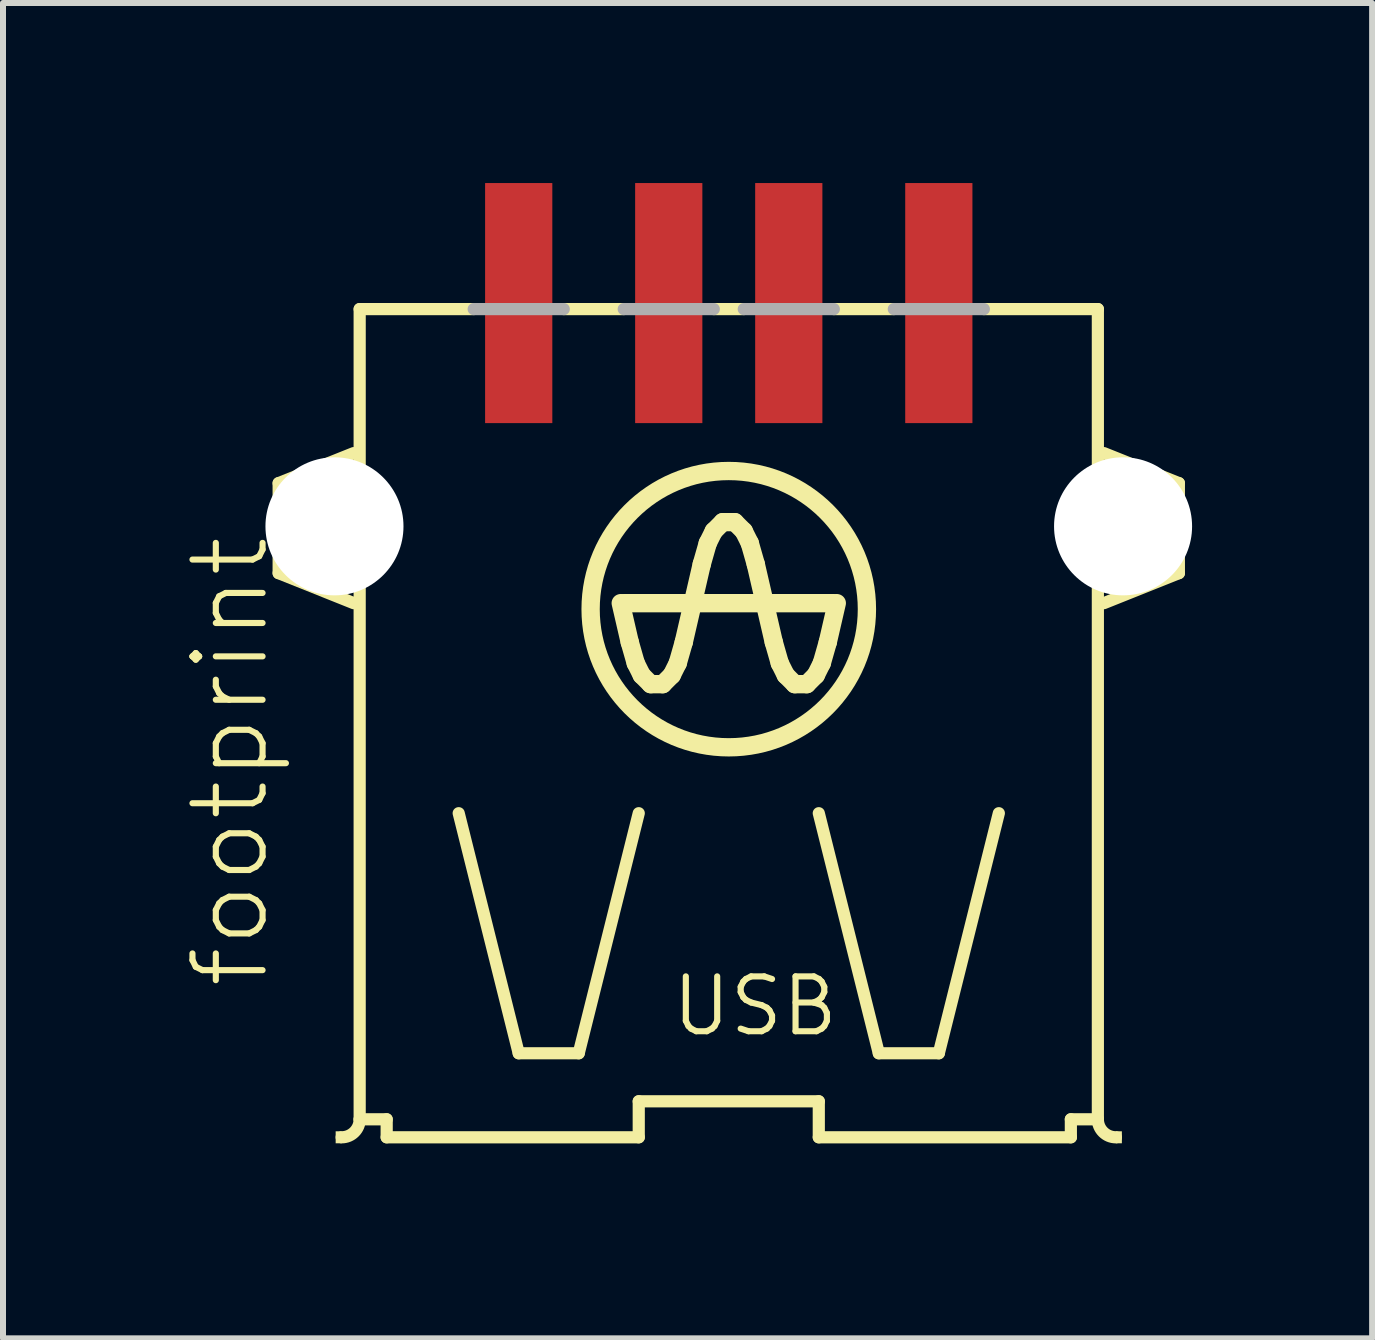
<source format=kicad_pcb>
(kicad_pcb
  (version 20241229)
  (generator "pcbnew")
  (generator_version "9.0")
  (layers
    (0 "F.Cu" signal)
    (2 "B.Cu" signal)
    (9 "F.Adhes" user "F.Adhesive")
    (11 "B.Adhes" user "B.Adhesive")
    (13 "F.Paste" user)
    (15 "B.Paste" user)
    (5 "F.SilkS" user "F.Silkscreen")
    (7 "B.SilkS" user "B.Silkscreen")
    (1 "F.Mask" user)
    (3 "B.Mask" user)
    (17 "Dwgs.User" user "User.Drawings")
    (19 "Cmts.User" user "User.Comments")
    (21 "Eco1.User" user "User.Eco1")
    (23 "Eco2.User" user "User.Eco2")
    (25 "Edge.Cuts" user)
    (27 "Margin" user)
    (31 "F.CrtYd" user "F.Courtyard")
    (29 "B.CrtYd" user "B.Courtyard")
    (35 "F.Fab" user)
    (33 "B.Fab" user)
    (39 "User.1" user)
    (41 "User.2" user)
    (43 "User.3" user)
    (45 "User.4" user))
  (footprint "footprint"
    (layer "F.Cu")
    (at 9.093 16)
    (property "Reference" "footprint" (at -7.62 -2.54 90) (layer "F.SilkS") (effects (font (size 1.168 1.168) (thickness 0.102)) (justify left bottom)))
    (fp_line (start -7.5 -11) (end -7.5 -9.5) (stroke (width 0.203) (type solid)) (layer "F.SilkS"))
    (fp_line (start -7.5 -9.5) (end -6.25 -9) (stroke (width 0.203) (type solid)) (layer "F.SilkS"))
    (fp_line (start -6.25 -11.5) (end -7.5 -11) (stroke (width 0.203) (type solid)) (layer "F.SilkS"))
    (fp_line (start -6.15 -13.9) (end -4.25 -13.9) (stroke (width 0.203) (type solid)) (layer "F.SilkS"))
    (fp_line (start -6.15 -0.4) (end -6.15 -13.9) (stroke (width 0.203) (type solid)) (layer "F.SilkS"))
    (fp_line (start -6.15 -0.4) (end -5.7 -0.4) (stroke (width 0.203) (type solid)) (layer "F.SilkS"))
    (fp_line (start -5.7 -0.1) (end -5.7 -0.4) (stroke (width 0.203) (type solid)) (layer "F.SilkS"))
    (fp_line (start -3.5 -1.5) (end -4.5 -5.5) (stroke (width 0.203) (type solid)) (layer "F.SilkS"))
    (fp_line (start -2.75 -13.9) (end -1.75 -13.9) (stroke (width 0.203) (type solid)) (layer "F.SilkS"))
    (fp_line (start -2.5 -1.5) (end -3.5 -1.5) (stroke (width 0.203) (type solid)) (layer "F.SilkS"))
    (fp_line (start -1.8 -9) (end -1.65 -8.35) (stroke (width 0.305) (type solid)) (layer "F.SilkS"))
    (fp_line (start -1.75 -9) (end 1.75 -9) (stroke (width 0.305) (type solid)) (layer "F.SilkS"))
    (fp_line (start -1.65 -8.35) (end -1.55 -8) (stroke (width 0.305) (type solid)) (layer "F.SilkS"))
    (fp_line (start -1.55 -8) (end -1.45 -7.8) (stroke (width 0.305) (type solid)) (layer "F.SilkS"))
    (fp_line (start -1.5 -5.5) (end -2.5 -1.5) (stroke (width 0.203) (type solid)) (layer "F.SilkS"))
    (fp_line (start -1.5 -0.7) (end -1.5 -0.1) (stroke (width 0.203) (type solid)) (layer "F.SilkS"))
    (fp_line (start -1.5 -0.1) (end -5.7 -0.1) (stroke (width 0.203) (type solid)) (layer "F.SilkS"))
    (fp_line (start -1.45 -7.8) (end -1.3 -7.65) (stroke (width 0.305) (type solid)) (layer "F.SilkS"))
    (fp_line (start -1.3 -7.65) (end -1.1 -7.65) (stroke (width 0.305) (type solid)) (layer "F.SilkS"))
    (fp_line (start -0.95 -7.8) (end -1.1 -7.65) (stroke (width 0.305) (type solid)) (layer "F.SilkS"))
    (fp_line (start -0.85 -8) (end -0.95 -7.8) (stroke (width 0.305) (type solid)) (layer "F.SilkS"))
    (fp_line (start -0.75 -8.35) (end -0.85 -8) (stroke (width 0.305) (type solid)) (layer "F.SilkS"))
    (fp_line (start -0.75 -8.35) (end -0.45 -9.65) (stroke (width 0.305) (type solid)) (layer "F.SilkS"))
    (fp_line (start -0.45 -9.65) (end -0.35 -10) (stroke (width 0.305) (type solid)) (layer "F.SilkS"))
    (fp_line (start -0.35 -10) (end -0.25 -10.2) (stroke (width 0.305) (type solid)) (layer "F.SilkS"))
    (fp_line (start -0.25 -13.9) (end 0.25 -13.9) (stroke (width 0.203) (type solid)) (layer "F.SilkS"))
    (fp_line (start -0.25 -10.2) (end -0.1 -10.35) (stroke (width 0.305) (type solid)) (layer "F.SilkS"))
    (fp_line (start 0.1 -10.35) (end -0.1 -10.35) (stroke (width 0.305) (type solid)) (layer "F.SilkS"))
    (fp_line (start 0.25 -10.2) (end 0.1 -10.35) (stroke (width 0.305) (type solid)) (layer "F.SilkS"))
    (fp_line (start 0.35 -10) (end 0.25 -10.2) (stroke (width 0.305) (type solid)) (layer "F.SilkS"))
    (fp_line (start 0.45 -9.65) (end 0.35 -10) (stroke (width 0.305) (type solid)) (layer "F.SilkS"))
    (fp_line (start 0.45 -9.65) (end 0.75 -8.35) (stroke (width 0.305) (type solid)) (layer "F.SilkS"))
    (fp_line (start 0.75 -8.35) (end 0.85 -8) (stroke (width 0.305) (type solid)) (layer "F.SilkS"))
    (fp_line (start 0.85 -8) (end 0.95 -7.8) (stroke (width 0.305) (type solid)) (layer "F.SilkS"))
    (fp_line (start 0.95 -7.8) (end 1.1 -7.65) (stroke (width 0.305) (type solid)) (layer "F.SilkS"))
    (fp_line (start 1.1 -7.65) (end 1.3 -7.65) (stroke (width 0.305) (type solid)) (layer "F.SilkS"))
    (fp_line (start 1.45 -7.8) (end 1.3 -7.65) (stroke (width 0.305) (type solid)) (layer "F.SilkS"))
    (fp_line (start 1.5 -0.7) (end -1.5 -0.7) (stroke (width 0.203) (type solid)) (layer "F.SilkS"))
    (fp_line (start 1.5 -0.1) (end 1.5 -0.7) (stroke (width 0.203) (type solid)) (layer "F.SilkS"))
    (fp_line (start 1.55 -8) (end 1.45 -7.8) (stroke (width 0.305) (type solid)) (layer "F.SilkS"))
    (fp_line (start 1.65 -8.35) (end 1.55 -8) (stroke (width 0.305) (type solid)) (layer "F.SilkS"))
    (fp_line (start 1.75 -13.9) (end 2.75 -13.9) (stroke (width 0.203) (type solid)) (layer "F.SilkS"))
    (fp_line (start 1.8 -9) (end 1.65 -8.35) (stroke (width 0.305) (type solid)) (layer "F.SilkS"))
    (fp_line (start 2.5 -1.5) (end 1.5 -5.5) (stroke (width 0.203) (type solid)) (layer "F.SilkS"))
    (fp_line (start 3.5 -1.5) (end 2.5 -1.5) (stroke (width 0.203) (type solid)) (layer "F.SilkS"))
    (fp_line (start 4.25 -13.9) (end 6.15 -13.9) (stroke (width 0.203) (type solid)) (layer "F.SilkS"))
    (fp_line (start 4.5 -5.5) (end 3.5 -1.5) (stroke (width 0.203) (type solid)) (layer "F.SilkS"))
    (fp_line (start 5.7 -0.4) (end 5.7 -0.1) (stroke (width 0.203) (type solid)) (layer "F.SilkS"))
    (fp_line (start 5.7 -0.1) (end 1.5 -0.1) (stroke (width 0.203) (type solid)) (layer "F.SilkS"))
    (fp_line (start 6.15 -13.9) (end 6.15 -0.4) (stroke (width 0.203) (type solid)) (layer "F.SilkS"))
    (fp_line (start 6.15 -0.4) (end 5.7 -0.4) (stroke (width 0.203) (type solid)) (layer "F.SilkS"))
    (fp_line (start 6.25 -9) (end 7.5 -9.5) (stroke (width 0.203) (type solid)) (layer "F.SilkS"))
    (fp_line (start 7.5 -11) (end 6.25 -11.5) (stroke (width 0.203) (type solid)) (layer "F.SilkS"))
    (fp_line (start 7.5 -9.5) (end 7.5 -11) (stroke (width 0.203) (type solid)) (layer "F.SilkS"))
    (fp_arc (start -6.15 -0.4) (mid -6.237868 -0.187868) (end -6.45 -0.1) (stroke (width 0.2032) (type solid)) (layer "F.SilkS"))
    (fp_arc (start 6.45 -0.1) (mid 6.237868 -0.187868) (end 6.15 -0.4) (stroke (width 0.2032) (type solid)) (layer "F.SilkS"))
    (fp_circle (center 0 -8.9) (end 2.302 -8.9) (stroke (width 0.305) (type solid)) (fill no) (layer "F.SilkS"))
    (fp_poly (pts (xy -6.55 0) (xy -6.45 0) (xy -6.45 -0.2) (xy -6.55 -0.2)) (stroke (width 0) (type solid)) (fill yes) (layer "F.SilkS"))
    (fp_poly (pts (xy 6.45 0) (xy 6.55 0) (xy 6.55 -0.2) (xy 6.45 -0.2)) (stroke (width 0) (type solid)) (fill yes) (layer "F.SilkS"))
    (fp_line (start -4.25 -13.9) (end -2.75 -13.9) (stroke (width 0.203) (type solid)) (layer "F.Fab"))
    (fp_line (start -1.75 -13.9) (end -0.25 -13.9) (stroke (width 0.203) (type solid)) (layer "F.Fab"))
    (fp_line (start 0.25 -13.9) (end 1.75 -13.9) (stroke (width 0.203) (type solid)) (layer "F.Fab"))
    (fp_line (start 2.75 -13.9) (end 4.25 -13.9) (stroke (width 0.203) (type solid)) (layer "F.Fab"))
    (fp_text user "USB" (at -1 -1.75 0) (layer "F.SilkS") (effects (font (size 0.914 0.914) (thickness 0.102)) (justify left bottom)))
    (pad "" np_thru_hole circle (at -6.57 -10.28) (size 2.3 2.3) (drill 2.3) (layers "*.Cu" "*.Mask"))
    (pad "" np_thru_hole circle (at 6.57 -10.28) (size 2.3 2.3) (drill 2.3) (layers "*.Cu" "*.Mask"))
    (pad "1" smd rect (at -3.5 -14) (size 1.12 4) (layers "F.Cu" "F.Mask" "F.Paste"))
    (pad "2" smd rect (at -1 -14) (size 1.12 4) (layers "F.Cu" "F.Mask" "F.Paste"))
    (pad "3" smd rect (at 1 -14) (size 1.12 4) (layers "F.Cu" "F.Mask" "F.Paste"))
    (pad "4" smd rect (at 3.5 -14) (size 1.12 4) (layers "F.Cu" "F.Mask" "F.Paste")))
  (gr_rect
    (start -3 -3)
    (end 19.813 19.25)
    (stroke (width 0.1) (type default))
    (fill no)
    (layer "Edge.Cuts")))
</source>
